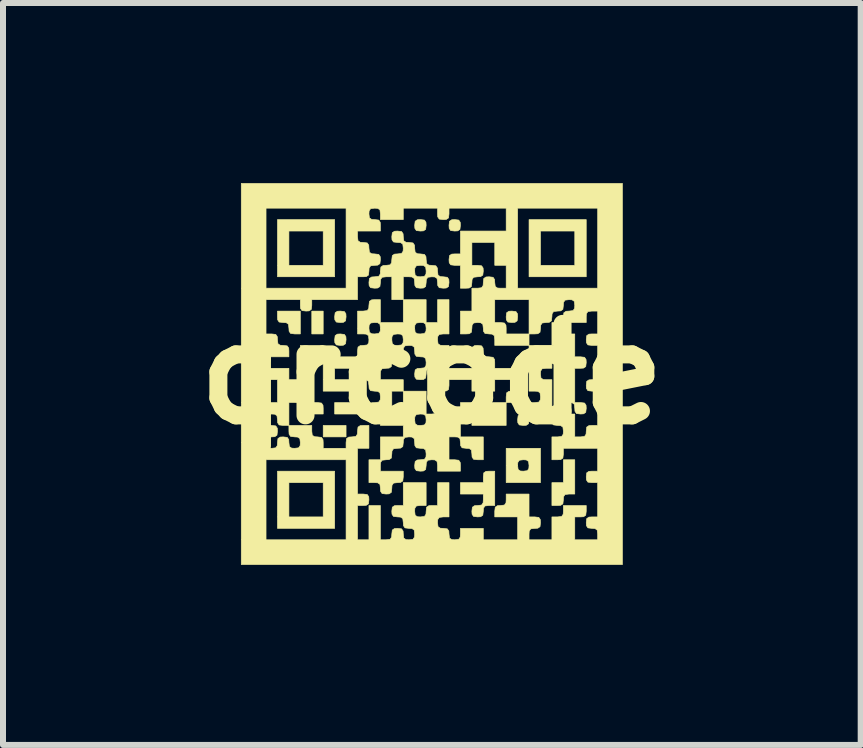
<source format=kicad_pcb>
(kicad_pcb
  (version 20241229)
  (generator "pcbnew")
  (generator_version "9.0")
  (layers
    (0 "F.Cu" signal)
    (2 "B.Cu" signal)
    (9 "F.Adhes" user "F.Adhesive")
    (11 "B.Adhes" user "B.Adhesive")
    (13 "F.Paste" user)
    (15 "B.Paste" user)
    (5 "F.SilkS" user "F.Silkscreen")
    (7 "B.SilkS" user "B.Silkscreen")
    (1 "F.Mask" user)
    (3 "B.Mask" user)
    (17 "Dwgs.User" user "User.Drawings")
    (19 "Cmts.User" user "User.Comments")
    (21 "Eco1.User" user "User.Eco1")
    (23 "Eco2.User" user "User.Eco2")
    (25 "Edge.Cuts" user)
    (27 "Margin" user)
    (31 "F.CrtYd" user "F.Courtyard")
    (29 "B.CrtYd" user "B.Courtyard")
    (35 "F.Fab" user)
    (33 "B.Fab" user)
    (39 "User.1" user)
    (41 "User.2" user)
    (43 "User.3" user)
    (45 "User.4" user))
  (footprint "qrcode"
    (layer "F.Cu")
    (at 4.144 3.18)
    (property "Reference" "qrcode" (at 0 0 0) (layer "F.SilkS") (effects (font (size 1.524 1.524) (thickness 0.3))))
    (attr through_hole)
    (fp_poly (pts (xy -2.191 -0.286) (xy -2.191 -0.476) (xy -1.81 -0.476) (xy -1.81 -0.286) (xy -2.191 -0.286)) (stroke (width 0.01) (type solid)) (fill yes) (layer "F.SilkS"))
    (fp_poly (pts (xy -1.81 -0.667) (xy -2 -0.667) (xy -2 -1.048) (xy -1.81 -1.048) (xy -1.81 -0.667)) (stroke (width 0.01) (type solid)) (fill yes) (layer "F.SilkS"))
    (fp_poly (pts (xy -1.429 1.048) (xy -1.81 1.048) (xy -1.81 0.857) (xy -1.429 0.857) (xy -1.429 1.048)) (stroke (width 0.01) (type solid)) (fill yes) (layer "F.SilkS"))
    (fp_poly (pts (xy -1.238 0.667) (xy -1.619 0.667) (xy -1.619 0.476) (xy -1.238 0.476) (xy -1.238 0.667)) (stroke (width 0.01) (type solid)) (fill yes) (layer "F.SilkS"))
    (fp_poly (pts (xy -1.619 -1.619) (xy -2.572 -1.619) (xy -2.572 -2.381) (xy -2.381 -2.381) (xy -2.381 -1.81) (xy -1.81 -1.81) (xy -1.81 -2.381) (xy -2.381 -2.381) (xy -2.572 -2.381) (xy -2.572 -2.572) (xy -1.619 -2.572) (xy -1.619 -1.619)) (stroke (width 0.01) (type solid)) (fill yes) (layer "F.SilkS"))
    (fp_poly (pts (xy -1.619 2.572) (xy -2.572 2.572) (xy -2.572 1.81) (xy -2.381 1.81) (xy -2.381 2.381) (xy -1.81 2.381) (xy -1.81 1.81) (xy -2.381 1.81) (xy -2.572 1.81) (xy -2.572 1.619) (xy -1.619 1.619) (xy -1.619 2.572)) (stroke (width 0.01) (type solid)) (fill yes) (layer "F.SilkS"))
    (fp_poly (pts (xy 1.238 0.381) (xy 1.246 0.314) (xy 1.283 0.289) (xy 1.333 0.286) (xy 1.401 0.294) (xy 1.426 0.331) (xy 1.429 0.381) (xy 1.421 0.448) (xy 1.384 0.473) (xy 1.333 0.476) (xy 1.238 0.476) (xy 1.238 0.381)) (stroke (width 0.01) (type solid)) (fill yes) (layer "F.SilkS"))
    (fp_poly (pts (xy 2.572 -1.619) (xy 1.619 -1.619) (xy 1.619 -2.381) (xy 1.81 -2.381) (xy 1.81 -1.81) (xy 2.381 -1.81) (xy 2.381 -2.381) (xy 1.81 -2.381) (xy 1.619 -2.381) (xy 1.619 -2.572) (xy 2.572 -2.572) (xy 2.572 -1.619)) (stroke (width 0.01) (type solid)) (fill yes) (layer "F.SilkS"))
    (fp_poly (pts (xy -1.457 -1.04) (xy -1.432 -1.003) (xy -1.429 -0.953) (xy -1.437 -0.885) (xy -1.474 -0.86) (xy -1.524 -0.857) (xy -1.591 -0.865) (xy -1.616 -0.902) (xy -1.619 -0.953) (xy -1.611 -1.02) (xy -1.574 -1.045) (xy -1.524 -1.048) (xy -1.457 -1.04)) (stroke (width 0.01) (type solid)) (fill yes) (layer "F.SilkS"))
    (fp_poly (pts (xy -1.457 -0.659) (xy -1.432 -0.622) (xy -1.429 -0.572) (xy -1.437 -0.504) (xy -1.474 -0.479) (xy -1.524 -0.476) (xy -1.591 -0.484) (xy -1.616 -0.521) (xy -1.619 -0.572) (xy -1.611 -0.639) (xy -1.574 -0.664) (xy -1.524 -0.667) (xy -1.457 -0.659)) (stroke (width 0.01) (type solid)) (fill yes) (layer "F.SilkS"))
    (fp_poly (pts (xy -0.123 -2.564) (xy -0.098 -2.527) (xy -0.095 -2.477) (xy -0.103 -2.409) (xy -0.14 -2.384) (xy -0.191 -2.381) (xy -0.258 -2.389) (xy -0.283 -2.426) (xy -0.286 -2.477) (xy -0.278 -2.544) (xy -0.241 -2.569) (xy -0.191 -2.572) (xy -0.123 -2.564)) (stroke (width 0.01) (type solid)) (fill yes) (layer "F.SilkS"))
    (fp_poly (pts (xy 0.448 -2.564) (xy 0.473 -2.527) (xy 0.476 -2.477) (xy 0.468 -2.409) (xy 0.431 -2.384) (xy 0.381 -2.381) (xy 0.314 -2.389) (xy 0.289 -2.426) (xy 0.286 -2.477) (xy 0.294 -2.544) (xy 0.331 -2.569) (xy 0.381 -2.572) (xy 0.448 -2.564)) (stroke (width 0.01) (type solid)) (fill yes) (layer "F.SilkS"))
    (fp_poly (pts (xy 1.401 -1.04) (xy 1.426 -1.003) (xy 1.429 -0.953) (xy 1.421 -0.885) (xy 1.384 -0.86) (xy 1.333 -0.857) (xy 1.266 -0.865) (xy 1.241 -0.902) (xy 1.238 -0.953) (xy 1.246 -1.02) (xy 1.283 -1.045) (xy 1.333 -1.048) (xy 1.401 -1.04)) (stroke (width 0.01) (type solid)) (fill yes) (layer "F.SilkS"))
    (fp_poly (pts (xy -2.191 -0.667) (xy -2.286 -0.667) (xy -2.353 -0.675) (xy -2.378 -0.712) (xy -2.381 -0.762) (xy -2.389 -0.829) (xy -2.426 -0.854) (xy -2.477 -0.857) (xy -2.544 -0.865) (xy -2.569 -0.902) (xy -2.572 -0.953) (xy -2.572 -1.048) (xy -2.191 -1.048) (xy -2.191 -0.667)) (stroke (width 0.01) (type solid)) (fill yes) (layer "F.SilkS"))
    (fp_poly (pts (xy 2.381 2) (xy 2.286 2) (xy 2.219 2.008) (xy 2.194 2.045) (xy 2.191 2.095) (xy 2.183 2.163) (xy 2.146 2.188) (xy 2.095 2.191) (xy 2 2.191) (xy 2 1.81) (xy 2.191 1.81) (xy 2.191 1.429) (xy 2.381 1.429) (xy 2.381 2)) (stroke (width 0.01) (type solid)) (fill yes) (layer "F.SilkS"))
    (fp_poly (pts (xy 1.81 1.81) (xy 1.238 1.81) (xy 1.238 1.524) (xy 1.429 1.524) (xy 1.437 1.591) (xy 1.474 1.616) (xy 1.524 1.619) (xy 1.591 1.611) (xy 1.616 1.574) (xy 1.619 1.524) (xy 1.611 1.457) (xy 1.574 1.432) (xy 1.524 1.429) (xy 1.457 1.437) (xy 1.432 1.474) (xy 1.429 1.524) (xy 1.238 1.524) (xy 1.238 1.238) (xy 1.81 1.238) (xy 1.81 1.81)) (stroke (width 0.01) (type solid)) (fill yes) (layer "F.SilkS"))
    (fp_poly (pts (xy 1.048 2.191) (xy 0.953 2.191) (xy 0.885 2.199) (xy 0.86 2.236) (xy 0.857 2.286) (xy 0.849 2.353) (xy 0.812 2.378) (xy 0.762 2.381) (xy 0.695 2.373) (xy 0.67 2.336) (xy 0.667 2.286) (xy 0.675 2.219) (xy 0.712 2.194) (xy 0.762 2.191) (xy 0.829 2.183) (xy 0.854 2.146) (xy 0.857 2.095) (xy 0.857 2) (xy 0.476 2) (xy 0.476 1.81) (xy 0.857 1.81) (xy 0.857 1.714) (xy 0.865 1.647) (xy 0.902 1.622) (xy 0.953 1.619) (xy 1.048 1.619) (xy 1.048 2.191)) (stroke (width 0.01) (type solid)) (fill yes) (layer "F.SilkS"))
    (fp_poly (pts (xy 2 -0.857) (xy 2.095 -0.857) (xy 2.163 -0.849) (xy 2.188 -0.812) (xy 2.191 -0.762) (xy 2.199 -0.695) (xy 2.236 -0.67) (xy 2.286 -0.667) (xy 2.381 -0.667) (xy 2.381 -0.286) (xy 2.477 -0.286) (xy 2.544 -0.278) (xy 2.569 -0.241) (xy 2.572 -0.191) (xy 2.564 -0.123) (xy 2.527 -0.098) (xy 2.477 -0.095) (xy 2.381 -0.095) (xy 2.381 0.476) (xy 2.477 0.476) (xy 2.544 0.484) (xy 2.569 0.521) (xy 2.572 0.572) (xy 2.564 0.639) (xy 2.527 0.664) (xy 2.477 0.667) (xy 2.409 0.659) (xy 2.384 0.622) (xy 2.381 0.572) (xy 2.373 0.504) (xy 2.336 0.479) (xy 2.286 0.476) (xy 2.191 0.476) (xy 2.191 -0.476) (xy 2 -0.476) (xy 2 -0.857)) (stroke (width 0.01) (type solid)) (fill yes) (layer "F.SilkS"))
    (fp_poly (pts (xy 2 -0.095) (xy 1.905 -0.095) (xy 1.838 -0.087) (xy 1.813 -0.05) (xy 1.81 0) (xy 1.818 0.067) (xy 1.855 0.092) (xy 1.905 0.095) (xy 2 0.095) (xy 2 0.667) (xy 1.619 0.667) (xy 1.619 0.762) (xy 1.611 0.829) (xy 1.574 0.854) (xy 1.524 0.857) (xy 1.457 0.849) (xy 1.432 0.812) (xy 1.429 0.762) (xy 1.437 0.695) (xy 1.474 0.67) (xy 1.524 0.667) (xy 1.591 0.659) (xy 1.616 0.622) (xy 1.619 0.572) (xy 1.627 0.504) (xy 1.664 0.479) (xy 1.714 0.476) (xy 1.782 0.468) (xy 1.807 0.431) (xy 1.81 0.381) (xy 1.802 0.314) (xy 1.765 0.289) (xy 1.714 0.286) (xy 1.619 0.286) (xy 1.619 -0.476) (xy 2 -0.476) (xy 2 -0.095)) (stroke (width 0.01) (type solid)) (fill yes) (layer "F.SilkS"))
    (fp_poly (pts (xy -0.667 -1.238) (xy -0.667 -1.619) (xy -0.762 -1.619) (xy -0.829 -1.611) (xy -0.854 -1.574) (xy -0.857 -1.524) (xy -0.865 -1.457) (xy -0.902 -1.432) (xy -0.953 -1.429) (xy -1.02 -1.437) (xy -1.045 -1.474) (xy -1.048 -1.524) (xy -1.04 -1.591) (xy -1.003 -1.616) (xy -0.953 -1.619) (xy -0.885 -1.627) (xy -0.86 -1.664) (xy -0.857 -1.714) (xy -0.286 -1.714) (xy -0.278 -1.647) (xy -0.241 -1.622) (xy -0.191 -1.619) (xy -0.123 -1.627) (xy -0.098 -1.664) (xy -0.095 -1.714) (xy -0.103 -1.782) (xy -0.14 -1.807) (xy -0.191 -1.81) (xy -0.258 -1.802) (xy -0.283 -1.765) (xy -0.286 -1.714) (xy -0.857 -1.714) (xy -0.849 -1.782) (xy -0.812 -1.807) (xy -0.762 -1.81) (xy -0.695 -1.818) (xy -0.67 -1.855) (xy -0.667 -1.905) (xy -0.659 -1.972) (xy -0.622 -1.997) (xy -0.572 -2) (xy -0.504 -2.008) (xy -0.479 -2.045) (xy -0.476 -2.095) (xy -0.484 -2.163) (xy -0.521 -2.188) (xy -0.572 -2.191) (xy -0.639 -2.199) (xy -0.664 -2.236) (xy -0.667 -2.286) (xy -0.659 -2.353) (xy -0.622 -2.378) (xy -0.572 -2.381) (xy -0.504 -2.373) (xy -0.479 -2.336) (xy -0.476 -2.286) (xy -0.468 -2.219) (xy -0.431 -2.194) (xy -0.381 -2.191) (xy -0.314 -2.183) (xy -0.289 -2.146) (xy -0.286 -2.095) (xy -0.278 -2.028) (xy -0.241 -2.003) (xy -0.191 -2) (xy -0.123 -1.992) (xy -0.098 -1.955) (xy -0.095 -1.905) (xy -0.087 -1.838) (xy -0.05 -1.813) (xy 0 -1.81) (xy 0.067 -1.802) (xy 0.092 -1.765) (xy 0.095 -1.714) (xy 0.103 -1.647) (xy 0.14 -1.622) (xy 0.191 -1.619) (xy 0.258 -1.611) (xy 0.283 -1.574) (xy 0.286 -1.524) (xy 0.278 -1.457) (xy 0.241 -1.432) (xy 0.191 -1.429) (xy 0.123 -1.437) (xy 0.098 -1.474) (xy 0.095 -1.524) (xy 0.087 -1.591) (xy 0.05 -1.616) (xy 0 -1.619) (xy -0.067 -1.611) (xy -0.092 -1.574) (xy -0.095 -1.524) (xy -0.103 -1.457) (xy -0.14 -1.432) (xy -0.191 -1.429) (xy -0.258 -1.437) (xy -0.283 -1.474) (xy -0.286 -1.524) (xy -0.294 -1.591) (xy -0.331 -1.616) (xy -0.381 -1.619) (xy -0.476 -1.619) (xy -0.476 -1.238) (xy -0.667 -1.238)) (stroke (width 0.01) (type solid)) (fill yes) (layer "F.SilkS"))
    (fp_poly (pts (xy -0.095 0.286) (xy -0.095 0.667) (xy 0 0.667) (xy 0.067 0.659) (xy 0.092 0.622) (xy 0.095 0.572) (xy 0.103 0.504) (xy 0.14 0.479) (xy 0.191 0.476) (xy 0.258 0.484) (xy 0.283 0.521) (xy 0.286 0.572) (xy 0.294 0.639) (xy 0.331 0.664) (xy 0.381 0.667) (xy 0.448 0.659) (xy 0.473 0.622) (xy 0.476 0.572) (xy 0.476 0.476) (xy 1.238 0.476) (xy 1.238 0.857) (xy 0.667 0.857) (xy 0.667 0.762) (xy 0.659 0.695) (xy 0.622 0.67) (xy 0.572 0.667) (xy 0.476 0.667) (xy 0.476 1.048) (xy 0.857 1.048) (xy 0.857 1.429) (xy 0.762 1.429) (xy 0.695 1.421) (xy 0.67 1.384) (xy 0.667 1.333) (xy 0.659 1.266) (xy 0.622 1.241) (xy 0.572 1.238) (xy 0.504 1.23) (xy 0.479 1.193) (xy 0.476 1.143) (xy 0.468 1.076) (xy 0.431 1.051) (xy 0.381 1.048) (xy 0.286 1.048) (xy 0.286 1.429) (xy 0.381 1.429) (xy 0.448 1.437) (xy 0.473 1.474) (xy 0.476 1.524) (xy 0.476 1.619) (xy 0.095 1.619) (xy 0.095 1.524) (xy 0.087 1.457) (xy 0.05 1.432) (xy 0 1.429) (xy -0.067 1.437) (xy -0.092 1.474) (xy -0.095 1.524) (xy -0.103 1.591) (xy -0.14 1.616) (xy -0.191 1.619) (xy -0.258 1.611) (xy -0.283 1.574) (xy -0.286 1.524) (xy -0.278 1.457) (xy -0.241 1.432) (xy -0.191 1.429) (xy -0.123 1.421) (xy -0.098 1.384) (xy -0.095 1.333) (xy -0.103 1.266) (xy -0.14 1.241) (xy -0.191 1.238) (xy -0.258 1.23) (xy -0.283 1.193) (xy -0.286 1.143) (xy -0.294 1.076) (xy -0.331 1.051) (xy -0.381 1.048) (xy -0.448 1.056) (xy -0.473 1.093) (xy -0.476 1.143) (xy -0.484 1.21) (xy -0.521 1.235) (xy -0.572 1.238) (xy -0.639 1.246) (xy -0.664 1.283) (xy -0.667 1.333) (xy -0.675 1.401) (xy -0.712 1.426) (xy -0.762 1.429) (xy -0.829 1.437) (xy -0.854 1.474) (xy -0.857 1.524) (xy -0.857 1.619) (xy -0.476 1.619) (xy -0.476 1.714) (xy -0.484 1.782) (xy -0.521 1.807) (xy -0.572 1.81) (xy -0.639 1.818) (xy -0.664 1.855) (xy -0.667 1.905) (xy -0.675 1.972) (xy -0.712 1.997) (xy -0.762 2) (xy -0.829 1.992) (xy -0.854 1.955) (xy -0.857 1.905) (xy -0.865 1.838) (xy -0.902 1.813) (xy -0.953 1.81) (xy -1.048 1.81) (xy -1.048 1.429) (xy -0.857 1.429) (xy -0.857 1.048) (xy -0.476 1.048) (xy -0.476 0.857) (xy -0.857 0.857) (xy -0.857 0.762) (xy -0.286 0.762) (xy -0.278 0.829) (xy -0.241 0.854) (xy -0.191 0.857) (xy -0.123 0.849) (xy -0.098 0.812) (xy -0.095 0.762) (xy -0.103 0.695) (xy -0.14 0.67) (xy -0.191 0.667) (xy -0.258 0.675) (xy -0.283 0.712) (xy -0.286 0.762) (xy -0.857 0.762) (xy -0.865 0.695) (xy -0.902 0.67) (xy -0.953 0.667) (xy -1.02 0.659) (xy -1.045 0.622) (xy -1.048 0.572) (xy -1.04 0.504) (xy -1.003 0.479) (xy -0.953 0.476) (xy -0.885 0.468) (xy -0.86 0.431) (xy -0.857 0.381) (xy -0.865 0.314) (xy -0.902 0.289) (xy -0.953 0.286) (xy -0.667 0.286) (xy -0.667 0.667) (xy -0.476 0.667) (xy -0.476 0.286) (xy -0.667 0.286) (xy -0.953 0.286) (xy -1.02 0.278) (xy -1.045 0.241) (xy -1.048 0.191) (xy -1.056 0.123) (xy -1.093 0.098) (xy -1.143 0.095) (xy -1.21 0.103) (xy -1.235 0.14) (xy -1.238 0.191) (xy -1.238 0.286) (xy -1.81 0.286) (xy -1.81 -0.095) (xy -1.619 -0.095) (xy -1.619 0.095) (xy -1.238 0.095) (xy -1.238 -0.095) (xy -1.619 -0.095) (xy -1.81 -0.095) (xy -1.81 -0.286) (xy -1.238 -0.286) (xy -1.238 -0.381) (xy -1.23 -0.448) (xy -1.193 -0.473) (xy -1.143 -0.476) (xy -1.076 -0.484) (xy -1.051 -0.521) (xy -1.048 -0.572) (xy -0.667 -0.572) (xy -0.659 -0.504) (xy -0.622 -0.479) (xy -0.572 -0.476) (xy -0.504 -0.484) (xy -0.479 -0.521) (xy -0.476 -0.572) (xy -0.484 -0.639) (xy -0.521 -0.664) (xy -0.572 -0.667) (xy -0.639 -0.659) (xy -0.664 -0.622) (xy -0.667 -0.572) (xy -1.048 -0.572) (xy -1.056 -0.639) (xy -1.093 -0.664) (xy -1.143 -0.667) (xy -1.238 -0.667) (xy -1.238 -0.762) (xy -1.048 -0.762) (xy -1.04 -0.695) (xy -1.003 -0.67) (xy -0.953 -0.667) (xy -0.885 -0.675) (xy -0.86 -0.712) (xy -0.857 -0.762) (xy -0.286 -0.762) (xy -0.278 -0.695) (xy -0.241 -0.67) (xy -0.191 -0.667) (xy -0.123 -0.675) (xy -0.098 -0.712) (xy -0.095 -0.762) (xy -0.103 -0.829) (xy -0.14 -0.854) (xy -0.191 -0.857) (xy -0.258 -0.849) (xy -0.283 -0.812) (xy -0.286 -0.762) (xy -0.857 -0.762) (xy -0.865 -0.829) (xy -0.902 -0.854) (xy -0.953 -0.857) (xy -1.02 -0.849) (xy -1.045 -0.812) (xy -1.048 -0.762) (xy -1.238 -0.762) (xy -1.238 -1.048) (xy -1.143 -1.048) (xy -1.076 -1.056) (xy -1.051 -1.093) (xy -1.048 -1.143) (xy -1.04 -1.21) (xy -1.003 -1.235) (xy -0.953 -1.238) (xy -0.857 -1.238) (xy -0.857 -0.857) (xy -0.476 -0.857) (xy -0.476 -1.238) (xy -0.095 -1.238) (xy -0.095 -0.857) (xy 0.095 -0.857) (xy 0.095 -1.238) (xy 0.286 -1.238) (xy 0.286 -0.667) (xy 0.191 -0.667) (xy 0.123 -0.659) (xy 0.098 -0.622) (xy 0.095 -0.572) (xy 0.103 -0.504) (xy 0.14 -0.479) (xy 0.191 -0.476) (xy 0.286 -0.476) (xy 0.286 -0.095) (xy 0.857 -0.095) (xy 0.857 -0.191) (xy 0.849 -0.258) (xy 0.812 -0.283) (xy 0.762 -0.286) (xy 0.695 -0.294) (xy 0.67 -0.331) (xy 0.667 -0.381) (xy 0.675 -0.448) (xy 0.712 -0.473) (xy 0.762 -0.476) (xy 0.829 -0.468) (xy 0.854 -0.431) (xy 0.857 -0.381) (xy 0.865 -0.314) (xy 0.902 -0.289) (xy 0.953 -0.286) (xy 1.02 -0.278) (xy 1.045 -0.241) (xy 1.048 -0.191) (xy 1.048 -0.095) (xy 1.429 -0.095) (xy 1.429 0.095) (xy 1.048 0.095) (xy 1.048 0.286) (xy 0.667 0.286) (xy 0.667 0.095) (xy 0.286 0.095) (xy 0.286 0.191) (xy 0.278 0.258) (xy 0.241 0.283) (xy 0.191 0.286) (xy 0.095 0.286) (xy 0.095 -0.095) (xy 0 -0.095) (xy -0.067 -0.087) (xy -0.092 -0.05) (xy -0.095 0) (xy -0.103 0.067) (xy -0.14 0.092) (xy -0.191 0.095) (xy -0.258 0.087) (xy -0.283 0.05) (xy -0.286 0) (xy -0.278 -0.067) (xy -0.241 -0.092) (xy -0.191 -0.095) (xy -0.123 -0.103) (xy -0.098 -0.14) (xy -0.095 -0.191) (xy -0.103 -0.258) (xy -0.14 -0.283) (xy -0.191 -0.286) (xy -0.258 -0.294) (xy -0.283 -0.331) (xy -0.286 -0.381) (xy -0.294 -0.448) (xy -0.331 -0.473) (xy -0.381 -0.476) (xy -0.448 -0.468) (xy -0.473 -0.431) (xy -0.476 -0.381) (xy -0.484 -0.314) (xy -0.521 -0.289) (xy -0.572 -0.286) (xy -0.639 -0.278) (xy -0.664 -0.241) (xy -0.667 -0.191) (xy -0.675 -0.123) (xy -0.712 -0.098) (xy -0.762 -0.095) (xy -0.829 -0.087) (xy -0.854 -0.05) (xy -0.857 0) (xy -0.857 0.095) (xy -0.476 0.095) (xy -0.476 0.286) (xy -0.095 0.286)) (stroke (width 0.01) (type solid)) (fill yes) (layer "F.SilkS"))
    (fp_poly (pts (xy 3.175 3.175) (xy -3.175 3.175) (xy -3.175 1.429) (xy -2.762 1.429) (xy -2.762 2.762) (xy -1.429 2.762) (xy -1.429 1.429) (xy -2.762 1.429) (xy -3.175 1.429) (xy -3.175 0.762) (xy -2.762 0.762) (xy -2.754 0.829) (xy -2.717 0.854) (xy -2.667 0.857) (xy -2.6 0.865) (xy -2.575 0.902) (xy -2.572 0.953) (xy -2.58 1.02) (xy -2.617 1.045) (xy -2.667 1.048) (xy -2.734 1.056) (xy -2.759 1.093) (xy -2.762 1.143) (xy -2.754 1.21) (xy -2.717 1.235) (xy -2.667 1.238) (xy -2.6 1.23) (xy -2.575 1.193) (xy -2.572 1.143) (xy -2.564 1.076) (xy -2.527 1.051) (xy -2.477 1.048) (xy -2.409 1.056) (xy -2.384 1.093) (xy -2.381 1.143) (xy -2.373 1.21) (xy -2.336 1.235) (xy -2.286 1.238) (xy -2.219 1.23) (xy -2.194 1.193) (xy -2.191 1.143) (xy -2.199 1.076) (xy -2.236 1.051) (xy -2.286 1.048) (xy -2.353 1.04) (xy -2.378 1.003) (xy -2.381 0.953) (xy -2.381 0.857) (xy -2.477 0.857) (xy -2.544 0.849) (xy -2.569 0.812) (xy -2.572 0.762) (xy -2.58 0.695) (xy -2.617 0.67) (xy -2.667 0.667) (xy -2.734 0.675) (xy -2.759 0.712) (xy -2.762 0.762) (xy -3.175 0.762) (xy -3.175 0.095) (xy -2.762 0.095) (xy -2.762 0.476) (xy -2.572 0.476) (xy -2.572 0.095) (xy -2.762 0.095) (xy -3.175 0.095) (xy -3.175 -1.238) (xy -2.762 -1.238) (xy -2.762 -0.667) (xy -2.667 -0.667) (xy -2.6 -0.659) (xy -2.575 -0.622) (xy -2.572 -0.572) (xy -2.564 -0.504) (xy -2.527 -0.479) (xy -2.477 -0.476) (xy -2.409 -0.468) (xy -2.384 -0.431) (xy -2.381 -0.381) (xy -2.381 -0.286) (xy -2.762 -0.286) (xy -2.762 -0.095) (xy -2.381 -0.095) (xy -2.381 0.095) (xy -2 0.095) (xy -2 0.476) (xy -1.905 0.476) (xy -1.838 0.484) (xy -1.813 0.521) (xy -1.81 0.572) (xy -1.81 0.667) (xy -2.191 0.667) (xy -2.191 0.572) (xy -2.199 0.504) (xy -2.236 0.479) (xy -2.286 0.476) (xy -2.381 0.476) (xy -2.381 0.857) (xy -2 0.857) (xy -2 0.953) (xy -1.992 1.02) (xy -1.955 1.045) (xy -1.905 1.048) (xy -1.838 1.056) (xy -1.813 1.093) (xy -1.81 1.143) (xy -1.81 1.238) (xy -1.429 1.238) (xy -1.429 1.143) (xy -1.421 1.076) (xy -1.384 1.051) (xy -1.333 1.048) (xy -1.266 1.04) (xy -1.241 1.003) (xy -1.238 0.953) (xy -1.23 0.885) (xy -1.193 0.86) (xy -1.143 0.857) (xy -1.048 0.857) (xy -1.048 1.238) (xy -1.238 1.238) (xy -1.238 2) (xy -1.143 2) (xy -1.076 2.008) (xy -1.051 2.045) (xy -1.048 2.095) (xy -1.056 2.163) (xy -1.093 2.188) (xy -1.143 2.191) (xy -1.238 2.191) (xy -1.238 2.762) (xy -1.048 2.762) (xy -1.048 2.191) (xy -0.857 2.191) (xy -0.857 2.762) (xy -0.762 2.762) (xy -0.695 2.754) (xy -0.67 2.717) (xy -0.667 2.667) (xy -0.659 2.6) (xy -0.622 2.575) (xy -0.572 2.572) (xy -0.504 2.58) (xy -0.479 2.617) (xy -0.476 2.667) (xy -0.468 2.734) (xy -0.431 2.759) (xy -0.381 2.762) (xy -0.314 2.754) (xy -0.289 2.717) (xy -0.286 2.667) (xy -0.294 2.6) (xy -0.331 2.575) (xy -0.381 2.572) (xy -0.448 2.564) (xy -0.473 2.527) (xy -0.476 2.477) (xy -0.484 2.409) (xy -0.521 2.384) (xy -0.572 2.381) (xy -0.639 2.373) (xy -0.664 2.336) (xy -0.667 2.286) (xy -0.659 2.219) (xy -0.622 2.194) (xy -0.572 2.191) (xy -0.476 2.191) (xy -0.476 1.81) (xy -0.095 1.81) (xy -0.095 2.191) (xy -0.191 2.191) (xy -0.258 2.199) (xy -0.283 2.236) (xy -0.286 2.286) (xy -0.278 2.353) (xy -0.241 2.378) (xy -0.191 2.381) (xy -0.123 2.373) (xy -0.098 2.336) (xy -0.095 2.286) (xy -0.087 2.219) (xy -0.05 2.194) (xy 0 2.191) (xy 0.095 2.191) (xy 0.095 1.81) (xy 0.286 1.81) (xy 0.286 2.381) (xy 0.191 2.381) (xy 0.123 2.389) (xy 0.098 2.426) (xy 0.095 2.477) (xy 0.103 2.544) (xy 0.14 2.569) (xy 0.191 2.572) (xy 0.258 2.58) (xy 0.283 2.617) (xy 0.286 2.667) (xy 0.294 2.734) (xy 0.331 2.759) (xy 0.381 2.762) (xy 0.448 2.754) (xy 0.473 2.717) (xy 0.476 2.667) (xy 0.476 2.572) (xy 0.857 2.572) (xy 0.857 2.762) (xy 1.429 2.762) (xy 1.429 2.381) (xy 1.048 2.381) (xy 1.048 2.286) (xy 1.056 2.219) (xy 1.093 2.194) (xy 1.143 2.191) (xy 1.21 2.183) (xy 1.235 2.146) (xy 1.238 2.095) (xy 1.238 2) (xy 1.619 2) (xy 1.619 2.381) (xy 1.714 2.381) (xy 1.782 2.389) (xy 1.807 2.426) (xy 1.81 2.477) (xy 1.802 2.544) (xy 1.765 2.569) (xy 1.714 2.572) (xy 1.647 2.58) (xy 1.622 2.617) (xy 1.619 2.667) (xy 1.619 2.762) (xy 2 2.762) (xy 2 2.381) (xy 2.095 2.381) (xy 2.163 2.373) (xy 2.188 2.336) (xy 2.191 2.286) (xy 2.191 2.191) (xy 2.572 2.191) (xy 2.572 2.286) (xy 2.564 2.353) (xy 2.527 2.378) (xy 2.477 2.381) (xy 2.381 2.381) (xy 2.381 2.762) (xy 2.762 2.762) (xy 2.762 2.667) (xy 2.754 2.6) (xy 2.717 2.575) (xy 2.667 2.572) (xy 2.6 2.564) (xy 2.575 2.527) (xy 2.572 2.477) (xy 2.58 2.409) (xy 2.617 2.384) (xy 2.667 2.381) (xy 2.762 2.381) (xy 2.762 1.81) (xy 2.667 1.81) (xy 2.6 1.802) (xy 2.575 1.765) (xy 2.572 1.714) (xy 2.58 1.647) (xy 2.617 1.622) (xy 2.667 1.619) (xy 2.762 1.619) (xy 2.762 1.238) (xy 2.191 1.238) (xy 2.191 1.333) (xy 2.183 1.401) (xy 2.146 1.426) (xy 2.095 1.429) (xy 2 1.429) (xy 2 1.048) (xy 2.095 1.048) (xy 2.163 1.04) (xy 2.188 1.003) (xy 2.191 0.953) (xy 2.183 0.885) (xy 2.146 0.86) (xy 2.095 0.857) (xy 2.028 0.849) (xy 2.003 0.812) (xy 2 0.762) (xy 2 0.667) (xy 2.381 0.667) (xy 2.381 1.048) (xy 2.477 1.048) (xy 2.544 1.04) (xy 2.569 1.003) (xy 2.572 0.953) (xy 2.58 0.885) (xy 2.617 0.86) (xy 2.667 0.857) (xy 2.762 0.857) (xy 2.762 0.286) (xy 2.667 0.286) (xy 2.6 0.278) (xy 2.575 0.241) (xy 2.572 0.191) (xy 2.58 0.123) (xy 2.617 0.098) (xy 2.667 0.095) (xy 2.762 0.095) (xy 2.762 -0.476) (xy 2.667 -0.476) (xy 2.6 -0.484) (xy 2.575 -0.521) (xy 2.572 -0.572) (xy 2.58 -0.639) (xy 2.617 -0.664) (xy 2.667 -0.667) (xy 2.762 -0.667) (xy 2.762 -1.048) (xy 2.667 -1.048) (xy 2.6 -1.04) (xy 2.575 -1.003) (xy 2.572 -0.953) (xy 2.572 -0.857) (xy 2.191 -0.857) (xy 2.191 -0.953) (xy 2.199 -1.02) (xy 2.236 -1.045) (xy 2.286 -1.048) (xy 2.353 -1.056) (xy 2.378 -1.093) (xy 2.381 -1.143) (xy 2.373 -1.21) (xy 2.336 -1.235) (xy 2.286 -1.238) (xy 2.219 -1.23) (xy 2.194 -1.193) (xy 2.191 -1.143) (xy 2.183 -1.076) (xy 2.146 -1.051) (xy 2.095 -1.048) (xy 2.028 -1.04) (xy 2.003 -1.003) (xy 2 -0.953) (xy 1.992 -0.885) (xy 1.955 -0.86) (xy 1.905 -0.857) (xy 1.838 -0.849) (xy 1.813 -0.812) (xy 1.81 -0.762) (xy 1.802 -0.695) (xy 1.765 -0.67) (xy 1.714 -0.667) (xy 1.619 -0.667) (xy 1.619 -0.476) (xy 1.048 -0.476) (xy 1.048 -0.572) (xy 1.04 -0.639) (xy 1.003 -0.664) (xy 0.953 -0.667) (xy 0.885 -0.675) (xy 0.86 -0.712) (xy 0.857 -0.762) (xy 0.849 -0.829) (xy 0.812 -0.854) (xy 0.762 -0.857) (xy 0.695 -0.849) (xy 0.67 -0.812) (xy 0.667 -0.762) (xy 0.659 -0.695) (xy 0.622 -0.67) (xy 0.572 -0.667) (xy 0.476 -0.667) (xy 0.476 -1.048) (xy 0.667 -1.048) (xy 0.667 -1.238) (xy 1.048 -1.238) (xy 1.048 -0.857) (xy 1.143 -0.857) (xy 1.21 -0.849) (xy 1.235 -0.812) (xy 1.238 -0.762) (xy 1.238 -0.667) (xy 1.619 -0.667) (xy 1.619 -1.238) (xy 1.048 -1.238) (xy 0.667 -1.238) (xy 0.667 -1.429) (xy 0.762 -1.429) (xy 0.829 -1.437) (xy 0.854 -1.474) (xy 0.857 -1.524) (xy 0.865 -1.591) (xy 0.902 -1.616) (xy 0.953 -1.619) (xy 1.02 -1.611) (xy 1.045 -1.574) (xy 1.048 -1.524) (xy 1.056 -1.457) (xy 1.093 -1.432) (xy 1.143 -1.429) (xy 1.238 -1.429) (xy 1.238 -1.81) (xy 1.048 -1.81) (xy 1.048 -2.191) (xy 0.667 -2.191) (xy 0.667 -1.81) (xy 0.762 -1.81) (xy 0.829 -1.802) (xy 0.854 -1.765) (xy 0.857 -1.714) (xy 0.849 -1.647) (xy 0.812 -1.622) (xy 0.762 -1.619) (xy 0.695 -1.611) (xy 0.67 -1.574) (xy 0.667 -1.524) (xy 0.659 -1.457) (xy 0.622 -1.432) (xy 0.572 -1.429) (xy 0.476 -1.429) (xy 0.476 -1.81) (xy 0.381 -1.81) (xy 0.314 -1.818) (xy 0.289 -1.855) (xy 0.286 -1.905) (xy 0.294 -1.972) (xy 0.331 -1.997) (xy 0.381 -2) (xy 0.476 -2) (xy 0.476 -2.381) (xy 1.238 -2.381) (xy 1.238 -2.762) (xy 1.429 -2.762) (xy 1.429 -1.429) (xy 2.762 -1.429) (xy 2.762 -2.762) (xy 1.429 -2.762) (xy 1.238 -2.762) (xy 0.286 -2.762) (xy 0.286 -2.667) (xy 0.278 -2.6) (xy 0.241 -2.575) (xy 0.191 -2.572) (xy 0.123 -2.58) (xy 0.098 -2.617) (xy 0.095 -2.667) (xy 0.095 -2.762) (xy -0.476 -2.762) (xy -0.476 -2.572) (xy -0.857 -2.572) (xy -0.857 -2.667) (xy -0.865 -2.734) (xy -0.902 -2.759) (xy -0.953 -2.762) (xy -1.02 -2.754) (xy -1.045 -2.717) (xy -1.048 -2.667) (xy -1.04 -2.6) (xy -1.003 -2.575) (xy -0.953 -2.572) (xy -0.885 -2.564) (xy -0.86 -2.527) (xy -0.857 -2.477) (xy -0.857 -2.381) (xy -1.238 -2.381) (xy -1.238 -2.286) (xy -1.23 -2.219) (xy -1.193 -2.194) (xy -1.143 -2.191) (xy -1.076 -2.183) (xy -1.051 -2.146) (xy -1.048 -2.095) (xy -1.04 -2.028) (xy -1.003 -2.003) (xy -0.953 -2) (xy -0.885 -1.992) (xy -0.86 -1.955) (xy -0.857 -1.905) (xy -0.865 -1.838) (xy -0.902 -1.813) (xy -0.953 -1.81) (xy -1.02 -1.802) (xy -1.045 -1.765) (xy -1.048 -1.714) (xy -1.056 -1.647) (xy -1.093 -1.622) (xy -1.143 -1.619) (xy -1.238 -1.619) (xy -1.238 -1.238) (xy -2 -1.238) (xy -2 -1.143) (xy -2.008 -1.076) (xy -2.045 -1.051) (xy -2.095 -1.048) (xy -2.163 -1.056) (xy -2.188 -1.093) (xy -2.191 -1.143) (xy -2.191 -1.238) (xy -2.762 -1.238) (xy -3.175 -1.238) (xy -3.175 -2.762) (xy -2.762 -2.762) (xy -2.762 -1.429) (xy -1.429 -1.429) (xy -1.429 -2.762) (xy -2.762 -2.762) (xy -3.175 -2.762) (xy -3.175 -3.175) (xy 3.175 -3.175) (xy 3.175 3.175)) (stroke (width 0.01) (type solid)) (fill yes) (layer "F.SilkS")))
  (gr_rect
    (start -3 -3)
    (end 11.288 9.36)
    (stroke (width 0.1) (type default))
    (fill no)
    (layer "Edge.Cuts")))
</source>
